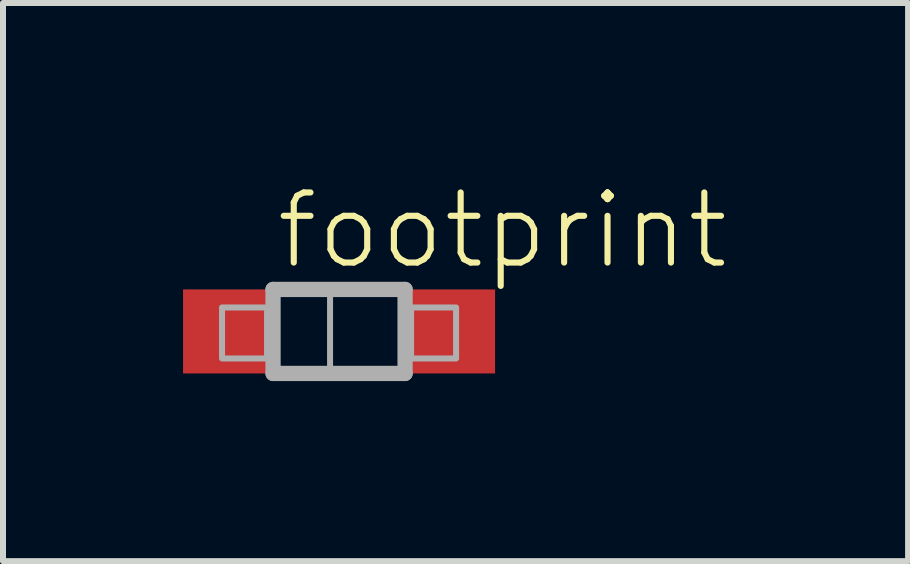
<source format=kicad_pcb>
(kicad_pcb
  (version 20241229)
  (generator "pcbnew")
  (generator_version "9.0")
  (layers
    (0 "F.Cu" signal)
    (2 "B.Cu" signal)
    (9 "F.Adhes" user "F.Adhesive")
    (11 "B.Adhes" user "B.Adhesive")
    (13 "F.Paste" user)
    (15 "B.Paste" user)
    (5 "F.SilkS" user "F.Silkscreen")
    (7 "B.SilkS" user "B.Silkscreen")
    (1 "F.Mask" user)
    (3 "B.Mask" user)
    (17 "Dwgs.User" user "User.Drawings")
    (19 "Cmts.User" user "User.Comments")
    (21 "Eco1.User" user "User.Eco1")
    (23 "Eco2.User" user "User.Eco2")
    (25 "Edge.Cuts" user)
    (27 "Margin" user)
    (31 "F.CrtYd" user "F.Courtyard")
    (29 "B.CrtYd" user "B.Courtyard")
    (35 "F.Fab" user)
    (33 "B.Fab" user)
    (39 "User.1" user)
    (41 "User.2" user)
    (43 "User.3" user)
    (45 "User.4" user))
  (footprint "footprint"
    (layer "F.Cu")
    (at 2.6 2.473)
    (property "Reference" "footprint" (at -1.1 -1 0) (layer "F.SilkS") (effects (font (size 1.168 1.168) (thickness 0.102)) (justify left bottom)))
    (fp_line (start -1.1 -0.7) (end 1.1 -0.7) (stroke (width 0.254) (type solid)) (layer "F.Fab"))
    (fp_line (start -1.1 0.7) (end -1.1 -0.7) (stroke (width 0.254) (type solid)) (layer "F.Fab"))
    (fp_line (start 1.1 -0.7) (end 1.1 0.7) (stroke (width 0.254) (type solid)) (layer "F.Fab"))
    (fp_line (start 1.1 0.7) (end -1.1 0.7) (stroke (width 0.254) (type solid)) (layer "F.Fab"))
    (fp_poly (pts (xy -1.95 0.45) (xy -1.2 0.45) (xy -1.2 -0.4) (xy -1.95 -0.4)) (stroke (width 0.1) (type solid)) (fill no) (layer "F.Fab"))
    (fp_poly (pts (xy -1.05 0.65) (xy -0.15 0.65) (xy -0.15 -0.7) (xy -1.05 -0.7)) (stroke (width 0.1) (type solid)) (fill no) (layer "F.Fab"))
    (fp_poly (pts (xy 1.2 0.45) (xy 1.95 0.45) (xy 1.95 -0.4) (xy 1.2 -0.4)) (stroke (width 0.1) (type solid)) (fill no) (layer "F.Fab"))
    (pad "A" smd rect (at 1.9 0) (size 1.4 1.4) (layers "F.Cu" "F.Mask" "F.Paste"))
    (pad "C" smd rect (at -1.9 0) (size 1.4 1.4) (layers "F.Cu" "F.Mask" "F.Paste")))
  (gr_rect
    (start -3 -3)
    (end 12.082 6.3)
    (stroke (width 0.1) (type default))
    (fill no)
    (layer "Edge.Cuts")))
</source>
